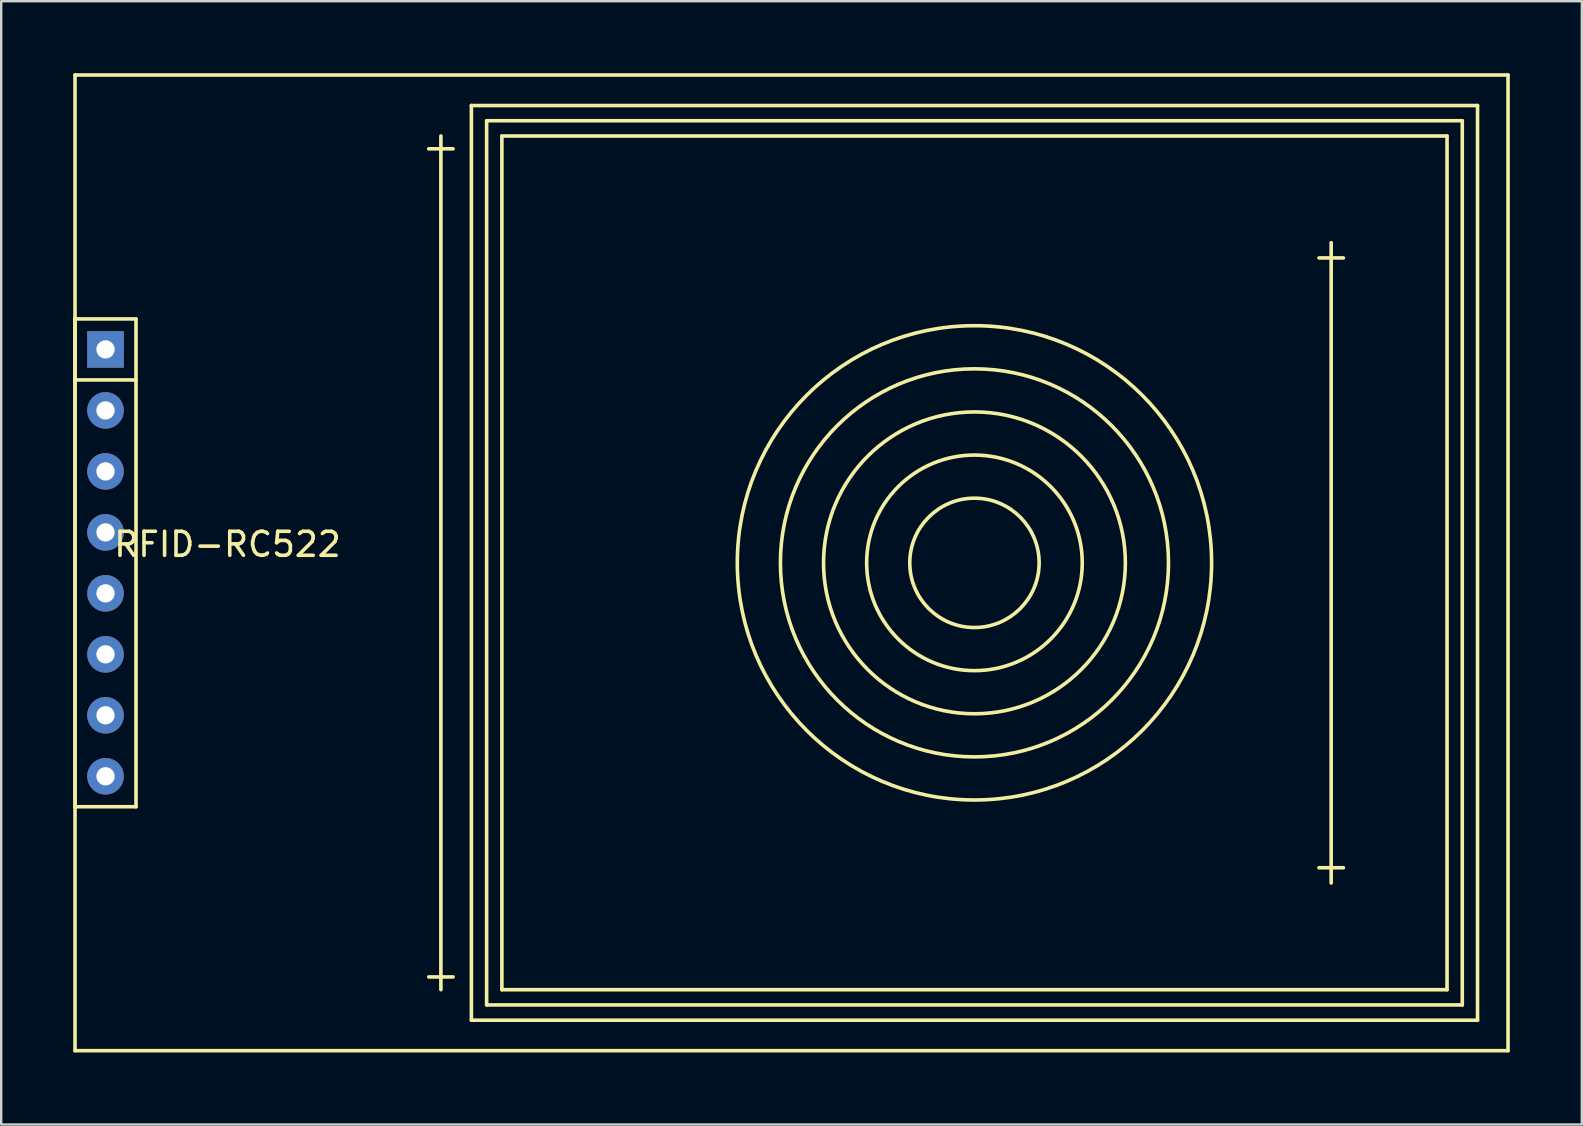
<source format=kicad_pcb>
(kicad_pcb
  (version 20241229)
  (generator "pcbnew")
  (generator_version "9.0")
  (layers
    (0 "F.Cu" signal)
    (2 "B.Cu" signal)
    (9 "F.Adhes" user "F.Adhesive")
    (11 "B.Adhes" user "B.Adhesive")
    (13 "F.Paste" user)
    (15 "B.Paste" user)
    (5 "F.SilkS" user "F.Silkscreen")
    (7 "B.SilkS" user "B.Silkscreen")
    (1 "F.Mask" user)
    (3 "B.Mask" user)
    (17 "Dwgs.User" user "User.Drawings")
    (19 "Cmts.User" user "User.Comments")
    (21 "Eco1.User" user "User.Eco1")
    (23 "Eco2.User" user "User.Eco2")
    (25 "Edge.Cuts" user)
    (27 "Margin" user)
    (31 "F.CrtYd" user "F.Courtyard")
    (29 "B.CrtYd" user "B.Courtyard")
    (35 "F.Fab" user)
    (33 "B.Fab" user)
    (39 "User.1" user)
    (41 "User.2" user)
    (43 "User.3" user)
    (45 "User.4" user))
  (footprint "RFID-RC522"
    (layer "F.Cu")
    (at 15.315 20.395)
    (property "Reference" "RFID-RC522" (at -8.89 -0.77 0) (layer "F.SilkS") (effects (font (size 1 1) (thickness 0.15))))
    (attr through_hole)
    (fp_line (start -15.24 -20.32) (end -15.24 20.32) (stroke (width 0.15) (type solid)) (layer "F.SilkS"))
    (fp_line (start -15.24 -20.32) (end 44.45 -20.32) (stroke (width 0.15) (type solid)) (layer "F.SilkS"))
    (fp_line (start -15.24 -10.16) (end -15.24 -7.62) (stroke (width 0.15) (type solid)) (layer "F.SilkS"))
    (fp_line (start -15.24 -10.16) (end -15.24 10.16) (stroke (width 0.15) (type solid)) (layer "F.SilkS"))
    (fp_line (start -15.24 -7.62) (end -12.7 -7.62) (stroke (width 0.15) (type solid)) (layer "F.SilkS"))
    (fp_line (start -15.24 10.16) (end -12.7 10.16) (stroke (width 0.15) (type solid)) (layer "F.SilkS"))
    (fp_line (start -12.7 -10.16) (end -15.24 -10.16) (stroke (width 0.15) (type solid)) (layer "F.SilkS"))
    (fp_line (start -12.7 10.16) (end -12.7 -10.16) (stroke (width 0.15) (type solid)) (layer "F.SilkS"))
    (fp_line (start 0 -17.78) (end 0 17.78) (stroke (width 0.15) (type solid)) (layer "F.SilkS"))
    (fp_line (start 0.508 -17.247) (end -0.508 -17.247) (stroke (width 0.15) (type solid)) (layer "F.SilkS"))
    (fp_line (start 0.508 17.247) (end -0.508 17.247) (stroke (width 0.15) (type solid)) (layer "F.SilkS"))
    (fp_line (start 1.27 -19.05) (end 1.27 19.05) (stroke (width 0.15) (type solid)) (layer "F.SilkS"))
    (fp_line (start 1.27 19.05) (end 43.18 19.05) (stroke (width 0.15) (type solid)) (layer "F.SilkS"))
    (fp_line (start 1.905 -18.415) (end 1.905 18.415) (stroke (width 0.15) (type solid)) (layer "F.SilkS"))
    (fp_line (start 1.905 18.415) (end 42.545 18.415) (stroke (width 0.15) (type solid)) (layer "F.SilkS"))
    (fp_line (start 2.54 -17.78) (end 2.54 17.78) (stroke (width 0.15) (type solid)) (layer "F.SilkS"))
    (fp_line (start 2.54 17.78) (end 41.91 17.78) (stroke (width 0.15) (type solid)) (layer "F.SilkS"))
    (fp_line (start 36.576 -12.7) (end 37.592 -12.7) (stroke (width 0.15) (type solid)) (layer "F.SilkS"))
    (fp_line (start 36.576 12.7) (end 37.592 12.7) (stroke (width 0.15) (type solid)) (layer "F.SilkS"))
    (fp_line (start 37.084 -13.335) (end 37.084 13.335) (stroke (width 0.15) (type solid)) (layer "F.SilkS"))
    (fp_line (start 41.91 -17.78) (end 2.54 -17.78) (stroke (width 0.15) (type solid)) (layer "F.SilkS"))
    (fp_line (start 41.91 17.78) (end 41.91 -17.78) (stroke (width 0.15) (type solid)) (layer "F.SilkS"))
    (fp_line (start 42.545 -18.415) (end 1.905 -18.415) (stroke (width 0.15) (type solid)) (layer "F.SilkS"))
    (fp_line (start 42.545 18.415) (end 42.545 -18.415) (stroke (width 0.15) (type solid)) (layer "F.SilkS"))
    (fp_line (start 43.18 -19.05) (end 1.27 -19.05) (stroke (width 0.15) (type solid)) (layer "F.SilkS"))
    (fp_line (start 43.18 19.05) (end 43.18 -19.05) (stroke (width 0.15) (type solid)) (layer "F.SilkS"))
    (fp_line (start 44.45 -20.32) (end 44.45 20.32) (stroke (width 0.15) (type solid)) (layer "F.SilkS"))
    (fp_line (start 44.45 20.32) (end -15.24 20.32) (stroke (width 0.15) (type solid)) (layer "F.SilkS"))
    (fp_circle (center 22.225 0) (end 24.13 1.905) (stroke (width 0.15) (type solid)) (fill no) (layer "F.SilkS"))
    (fp_circle (center 22.225 0) (end 25.4 3.175) (stroke (width 0.15) (type solid)) (fill no) (layer "F.SilkS"))
    (fp_circle (center 22.225 0) (end 26.67 4.445) (stroke (width 0.15) (type solid)) (fill no) (layer "F.SilkS"))
    (fp_circle (center 22.225 0) (end 27.94 5.715) (stroke (width 0.15) (type solid)) (fill no) (layer "F.SilkS"))
    (fp_circle (center 22.225 0) (end 29.21 6.985) (stroke (width 0.15) (type solid)) (fill no) (layer "F.SilkS"))
    (pad "1" thru_hole rect (at -13.97 -8.89) (size 1.524 1.524) (drill 0.762) (layers "*.Cu" "*.Mask"))
    (pad "2" thru_hole circle (at -13.97 -6.35) (size 1.524 1.524) (drill 0.762) (layers "*.Cu" "*.Mask"))
    (pad "3" thru_hole circle (at -13.97 -3.81) (size 1.524 1.524) (drill 0.762) (layers "*.Cu" "*.Mask"))
    (pad "4" thru_hole circle (at -13.97 -1.27) (size 1.524 1.524) (drill 0.762) (layers "*.Cu" "*.Mask"))
    (pad "5" thru_hole circle (at -13.97 1.27) (size 1.524 1.524) (drill 0.762) (layers "*.Cu" "*.Mask"))
    (pad "6" thru_hole circle (at -13.97 3.81) (size 1.524 1.524) (drill 0.762) (layers "*.Cu" "*.Mask"))
    (pad "7" thru_hole circle (at -13.97 6.35) (size 1.524 1.524) (drill 0.762) (layers "*.Cu" "*.Mask"))
    (pad "8" thru_hole circle (at -13.97 8.89) (size 1.524 1.524) (drill 0.762) (layers "*.Cu" "*.Mask")))
  (gr_rect
    (start -3 -3)
    (end 62.84 43.79)
    (stroke (width 0.1) (type default))
    (fill no)
    (layer "Edge.Cuts")))
</source>
